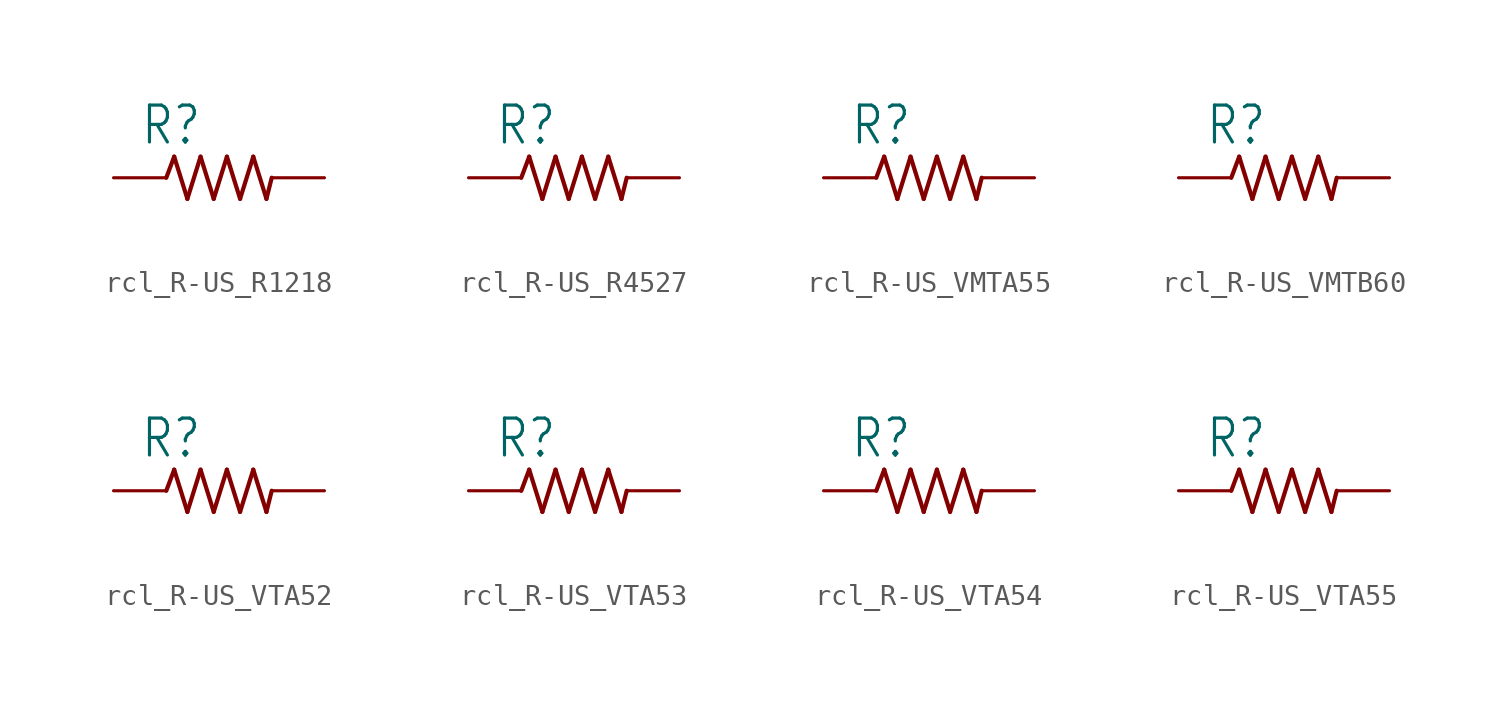
<source format=kicad_sym>
(kicad_symbol_lib
  (version 20231120)
  (generator "kicad_symbol_editor")
  (generator_version "8.0")
  (symbol "rcl_R-US_R1218"
    (property "Reference" "R"
      (at -3.81 1.499 0)
      (effects (font (size 1.778 1.511)) (justify left bottom)))
    (property "Value" ""
      (at -3.81 -3.302 0)
      (effects (font (size 1.778 1.511)) (justify left bottom)))
    (property "ki_locked" ""
      (at 0 0 0)
      (effects (font (size 1.27 1.27))))
    (symbol "rcl_R-US_R1218_1_0"
      (polyline (pts (xy -2.54 0) (xy -2.159 1.016)) (stroke (width 0.203) (type solid)) (fill (type none)))
      (polyline (pts (xy -2.159 1.016) (xy -1.524 -1.016)) (stroke (width 0.203) (type solid)) (fill (type none)))
      (polyline (pts (xy -1.524 -1.016) (xy -0.889 1.016)) (stroke (width 0.203) (type solid)) (fill (type none)))
      (polyline (pts (xy -0.889 1.016) (xy -0.254 -1.016)) (stroke (width 0.203) (type solid)) (fill (type none)))
      (polyline (pts (xy -0.254 -1.016) (xy 0.381 1.016)) (stroke (width 0.203) (type solid)) (fill (type none)))
      (polyline (pts (xy 0.381 1.016) (xy 1.016 -1.016)) (stroke (width 0.203) (type solid)) (fill (type none)))
      (polyline (pts (xy 1.016 -1.016) (xy 1.651 1.016)) (stroke (width 0.203) (type solid)) (fill (type none)))
      (polyline (pts (xy 1.651 1.016) (xy 2.286 -1.016)) (stroke (width 0.203) (type solid)) (fill (type none)))
      (polyline (pts (xy 2.286 -1.016) (xy 2.54 0)) (stroke (width 0.203) (type solid)) (fill (type none)))
      (pin passive line (at -5.08 0 0) (length 2.54) (name "1" (effects (font (size 0 0)))) (number "1" (effects (font (size 0 0)))))
      (pin passive line (at 5.08 0 180) (length 2.54) (name "2" (effects (font (size 0 0)))) (number "2" (effects (font (size 0 0)))))))
  (symbol "rcl_R-US_R4527"
    (property "Reference" "R"
      (at -3.81 1.499 0)
      (effects (font (size 1.778 1.511)) (justify left bottom)))
    (property "Value" ""
      (at -3.81 -3.302 0)
      (effects (font (size 1.778 1.511)) (justify left bottom)))
    (property "ki_locked" ""
      (at 0 0 0)
      (effects (font (size 1.27 1.27))))
    (symbol "rcl_R-US_R4527_1_0"
      (polyline (pts (xy -2.54 0) (xy -2.159 1.016)) (stroke (width 0.203) (type solid)) (fill (type none)))
      (polyline (pts (xy -2.159 1.016) (xy -1.524 -1.016)) (stroke (width 0.203) (type solid)) (fill (type none)))
      (polyline (pts (xy -1.524 -1.016) (xy -0.889 1.016)) (stroke (width 0.203) (type solid)) (fill (type none)))
      (polyline (pts (xy -0.889 1.016) (xy -0.254 -1.016)) (stroke (width 0.203) (type solid)) (fill (type none)))
      (polyline (pts (xy -0.254 -1.016) (xy 0.381 1.016)) (stroke (width 0.203) (type solid)) (fill (type none)))
      (polyline (pts (xy 0.381 1.016) (xy 1.016 -1.016)) (stroke (width 0.203) (type solid)) (fill (type none)))
      (polyline (pts (xy 1.016 -1.016) (xy 1.651 1.016)) (stroke (width 0.203) (type solid)) (fill (type none)))
      (polyline (pts (xy 1.651 1.016) (xy 2.286 -1.016)) (stroke (width 0.203) (type solid)) (fill (type none)))
      (polyline (pts (xy 2.286 -1.016) (xy 2.54 0)) (stroke (width 0.203) (type solid)) (fill (type none)))
      (pin passive line (at -5.08 0 0) (length 2.54) (name "1" (effects (font (size 0 0)))) (number "1" (effects (font (size 0 0)))))
      (pin passive line (at 5.08 0 180) (length 2.54) (name "2" (effects (font (size 0 0)))) (number "2" (effects (font (size 0 0)))))))
  (symbol "rcl_R-US_VMTA55"
    (property "Reference" "R"
      (at -3.81 1.499 0)
      (effects (font (size 1.778 1.511)) (justify left bottom)))
    (property "Value" ""
      (at -3.81 -3.302 0)
      (effects (font (size 1.778 1.511)) (justify left bottom)))
    (property "ki_locked" ""
      (at 0 0 0)
      (effects (font (size 1.27 1.27))))
    (symbol "rcl_R-US_VMTA55_1_0"
      (polyline (pts (xy -2.54 0) (xy -2.159 1.016)) (stroke (width 0.203) (type solid)) (fill (type none)))
      (polyline (pts (xy -2.159 1.016) (xy -1.524 -1.016)) (stroke (width 0.203) (type solid)) (fill (type none)))
      (polyline (pts (xy -1.524 -1.016) (xy -0.889 1.016)) (stroke (width 0.203) (type solid)) (fill (type none)))
      (polyline (pts (xy -0.889 1.016) (xy -0.254 -1.016)) (stroke (width 0.203) (type solid)) (fill (type none)))
      (polyline (pts (xy -0.254 -1.016) (xy 0.381 1.016)) (stroke (width 0.203) (type solid)) (fill (type none)))
      (polyline (pts (xy 0.381 1.016) (xy 1.016 -1.016)) (stroke (width 0.203) (type solid)) (fill (type none)))
      (polyline (pts (xy 1.016 -1.016) (xy 1.651 1.016)) (stroke (width 0.203) (type solid)) (fill (type none)))
      (polyline (pts (xy 1.651 1.016) (xy 2.286 -1.016)) (stroke (width 0.203) (type solid)) (fill (type none)))
      (polyline (pts (xy 2.286 -1.016) (xy 2.54 0)) (stroke (width 0.203) (type solid)) (fill (type none)))
      (pin passive line (at -5.08 0 0) (length 2.54) (name "1" (effects (font (size 0 0)))) (number "1" (effects (font (size 0 0)))))
      (pin passive line (at 5.08 0 180) (length 2.54) (name "2" (effects (font (size 0 0)))) (number "2" (effects (font (size 0 0)))))))
  (symbol "rcl_R-US_VMTB60"
    (property "Reference" "R"
      (at -3.81 1.499 0)
      (effects (font (size 1.778 1.511)) (justify left bottom)))
    (property "Value" ""
      (at -3.81 -3.302 0)
      (effects (font (size 1.778 1.511)) (justify left bottom)))
    (property "ki_locked" ""
      (at 0 0 0)
      (effects (font (size 1.27 1.27))))
    (symbol "rcl_R-US_VMTB60_1_0"
      (polyline (pts (xy -2.54 0) (xy -2.159 1.016)) (stroke (width 0.203) (type solid)) (fill (type none)))
      (polyline (pts (xy -2.159 1.016) (xy -1.524 -1.016)) (stroke (width 0.203) (type solid)) (fill (type none)))
      (polyline (pts (xy -1.524 -1.016) (xy -0.889 1.016)) (stroke (width 0.203) (type solid)) (fill (type none)))
      (polyline (pts (xy -0.889 1.016) (xy -0.254 -1.016)) (stroke (width 0.203) (type solid)) (fill (type none)))
      (polyline (pts (xy -0.254 -1.016) (xy 0.381 1.016)) (stroke (width 0.203) (type solid)) (fill (type none)))
      (polyline (pts (xy 0.381 1.016) (xy 1.016 -1.016)) (stroke (width 0.203) (type solid)) (fill (type none)))
      (polyline (pts (xy 1.016 -1.016) (xy 1.651 1.016)) (stroke (width 0.203) (type solid)) (fill (type none)))
      (polyline (pts (xy 1.651 1.016) (xy 2.286 -1.016)) (stroke (width 0.203) (type solid)) (fill (type none)))
      (polyline (pts (xy 2.286 -1.016) (xy 2.54 0)) (stroke (width 0.203) (type solid)) (fill (type none)))
      (pin passive line (at -5.08 0 0) (length 2.54) (name "1" (effects (font (size 0 0)))) (number "1" (effects (font (size 0 0)))))
      (pin passive line (at 5.08 0 180) (length 2.54) (name "2" (effects (font (size 0 0)))) (number "2" (effects (font (size 0 0)))))))
  (symbol "rcl_R-US_VTA52"
    (property "Reference" "R"
      (at -3.81 1.499 0)
      (effects (font (size 1.778 1.511)) (justify left bottom)))
    (property "Value" ""
      (at -3.81 -3.302 0)
      (effects (font (size 1.778 1.511)) (justify left bottom)))
    (property "ki_locked" ""
      (at 0 0 0)
      (effects (font (size 1.27 1.27))))
    (symbol "rcl_R-US_VTA52_1_0"
      (polyline (pts (xy -2.54 0) (xy -2.159 1.016)) (stroke (width 0.203) (type solid)) (fill (type none)))
      (polyline (pts (xy -2.159 1.016) (xy -1.524 -1.016)) (stroke (width 0.203) (type solid)) (fill (type none)))
      (polyline (pts (xy -1.524 -1.016) (xy -0.889 1.016)) (stroke (width 0.203) (type solid)) (fill (type none)))
      (polyline (pts (xy -0.889 1.016) (xy -0.254 -1.016)) (stroke (width 0.203) (type solid)) (fill (type none)))
      (polyline (pts (xy -0.254 -1.016) (xy 0.381 1.016)) (stroke (width 0.203) (type solid)) (fill (type none)))
      (polyline (pts (xy 0.381 1.016) (xy 1.016 -1.016)) (stroke (width 0.203) (type solid)) (fill (type none)))
      (polyline (pts (xy 1.016 -1.016) (xy 1.651 1.016)) (stroke (width 0.203) (type solid)) (fill (type none)))
      (polyline (pts (xy 1.651 1.016) (xy 2.286 -1.016)) (stroke (width 0.203) (type solid)) (fill (type none)))
      (polyline (pts (xy 2.286 -1.016) (xy 2.54 0)) (stroke (width 0.203) (type solid)) (fill (type none)))
      (pin passive line (at -5.08 0 0) (length 2.54) (name "1" (effects (font (size 0 0)))) (number "1" (effects (font (size 0 0)))))
      (pin passive line (at 5.08 0 180) (length 2.54) (name "2" (effects (font (size 0 0)))) (number "2" (effects (font (size 0 0)))))))
  (symbol "rcl_R-US_VTA53"
    (property "Reference" "R"
      (at -3.81 1.499 0)
      (effects (font (size 1.778 1.511)) (justify left bottom)))
    (property "Value" ""
      (at -3.81 -3.302 0)
      (effects (font (size 1.778 1.511)) (justify left bottom)))
    (property "ki_locked" ""
      (at 0 0 0)
      (effects (font (size 1.27 1.27))))
    (symbol "rcl_R-US_VTA53_1_0"
      (polyline (pts (xy -2.54 0) (xy -2.159 1.016)) (stroke (width 0.203) (type solid)) (fill (type none)))
      (polyline (pts (xy -2.159 1.016) (xy -1.524 -1.016)) (stroke (width 0.203) (type solid)) (fill (type none)))
      (polyline (pts (xy -1.524 -1.016) (xy -0.889 1.016)) (stroke (width 0.203) (type solid)) (fill (type none)))
      (polyline (pts (xy -0.889 1.016) (xy -0.254 -1.016)) (stroke (width 0.203) (type solid)) (fill (type none)))
      (polyline (pts (xy -0.254 -1.016) (xy 0.381 1.016)) (stroke (width 0.203) (type solid)) (fill (type none)))
      (polyline (pts (xy 0.381 1.016) (xy 1.016 -1.016)) (stroke (width 0.203) (type solid)) (fill (type none)))
      (polyline (pts (xy 1.016 -1.016) (xy 1.651 1.016)) (stroke (width 0.203) (type solid)) (fill (type none)))
      (polyline (pts (xy 1.651 1.016) (xy 2.286 -1.016)) (stroke (width 0.203) (type solid)) (fill (type none)))
      (polyline (pts (xy 2.286 -1.016) (xy 2.54 0)) (stroke (width 0.203) (type solid)) (fill (type none)))
      (pin passive line (at -5.08 0 0) (length 2.54) (name "1" (effects (font (size 0 0)))) (number "1" (effects (font (size 0 0)))))
      (pin passive line (at 5.08 0 180) (length 2.54) (name "2" (effects (font (size 0 0)))) (number "2" (effects (font (size 0 0)))))))
  (symbol "rcl_R-US_VTA54"
    (property "Reference" "R"
      (at -3.81 1.499 0)
      (effects (font (size 1.778 1.511)) (justify left bottom)))
    (property "Value" ""
      (at -3.81 -3.302 0)
      (effects (font (size 1.778 1.511)) (justify left bottom)))
    (property "ki_locked" ""
      (at 0 0 0)
      (effects (font (size 1.27 1.27))))
    (symbol "rcl_R-US_VTA54_1_0"
      (polyline (pts (xy -2.54 0) (xy -2.159 1.016)) (stroke (width 0.203) (type solid)) (fill (type none)))
      (polyline (pts (xy -2.159 1.016) (xy -1.524 -1.016)) (stroke (width 0.203) (type solid)) (fill (type none)))
      (polyline (pts (xy -1.524 -1.016) (xy -0.889 1.016)) (stroke (width 0.203) (type solid)) (fill (type none)))
      (polyline (pts (xy -0.889 1.016) (xy -0.254 -1.016)) (stroke (width 0.203) (type solid)) (fill (type none)))
      (polyline (pts (xy -0.254 -1.016) (xy 0.381 1.016)) (stroke (width 0.203) (type solid)) (fill (type none)))
      (polyline (pts (xy 0.381 1.016) (xy 1.016 -1.016)) (stroke (width 0.203) (type solid)) (fill (type none)))
      (polyline (pts (xy 1.016 -1.016) (xy 1.651 1.016)) (stroke (width 0.203) (type solid)) (fill (type none)))
      (polyline (pts (xy 1.651 1.016) (xy 2.286 -1.016)) (stroke (width 0.203) (type solid)) (fill (type none)))
      (polyline (pts (xy 2.286 -1.016) (xy 2.54 0)) (stroke (width 0.203) (type solid)) (fill (type none)))
      (pin passive line (at -5.08 0 0) (length 2.54) (name "1" (effects (font (size 0 0)))) (number "1" (effects (font (size 0 0)))))
      (pin passive line (at 5.08 0 180) (length 2.54) (name "2" (effects (font (size 0 0)))) (number "2" (effects (font (size 0 0)))))))
  (symbol "rcl_R-US_VTA55"
    (property "Reference" "R"
      (at -3.81 1.499 0)
      (effects (font (size 1.778 1.511)) (justify left bottom)))
    (property "Value" ""
      (at -3.81 -3.302 0)
      (effects (font (size 1.778 1.511)) (justify left bottom)))
    (property "ki_locked" ""
      (at 0 0 0)
      (effects (font (size 1.27 1.27))))
    (symbol "rcl_R-US_VTA55_1_0"
      (polyline (pts (xy -2.54 0) (xy -2.159 1.016)) (stroke (width 0.203) (type solid)) (fill (type none)))
      (polyline (pts (xy -2.159 1.016) (xy -1.524 -1.016)) (stroke (width 0.203) (type solid)) (fill (type none)))
      (polyline (pts (xy -1.524 -1.016) (xy -0.889 1.016)) (stroke (width 0.203) (type solid)) (fill (type none)))
      (polyline (pts (xy -0.889 1.016) (xy -0.254 -1.016)) (stroke (width 0.203) (type solid)) (fill (type none)))
      (polyline (pts (xy -0.254 -1.016) (xy 0.381 1.016)) (stroke (width 0.203) (type solid)) (fill (type none)))
      (polyline (pts (xy 0.381 1.016) (xy 1.016 -1.016)) (stroke (width 0.203) (type solid)) (fill (type none)))
      (polyline (pts (xy 1.016 -1.016) (xy 1.651 1.016)) (stroke (width 0.203) (type solid)) (fill (type none)))
      (polyline (pts (xy 1.651 1.016) (xy 2.286 -1.016)) (stroke (width 0.203) (type solid)) (fill (type none)))
      (polyline (pts (xy 2.286 -1.016) (xy 2.54 0)) (stroke (width 0.203) (type solid)) (fill (type none)))
      (pin passive line (at -5.08 0 0) (length 2.54) (name "1" (effects (font (size 0 0)))) (number "1" (effects (font (size 0 0)))))
      (pin passive line (at 5.08 0 180) (length 2.54) (name "2" (effects (font (size 0 0)))) (number "2" (effects (font (size 0 0))))))))
</source>
